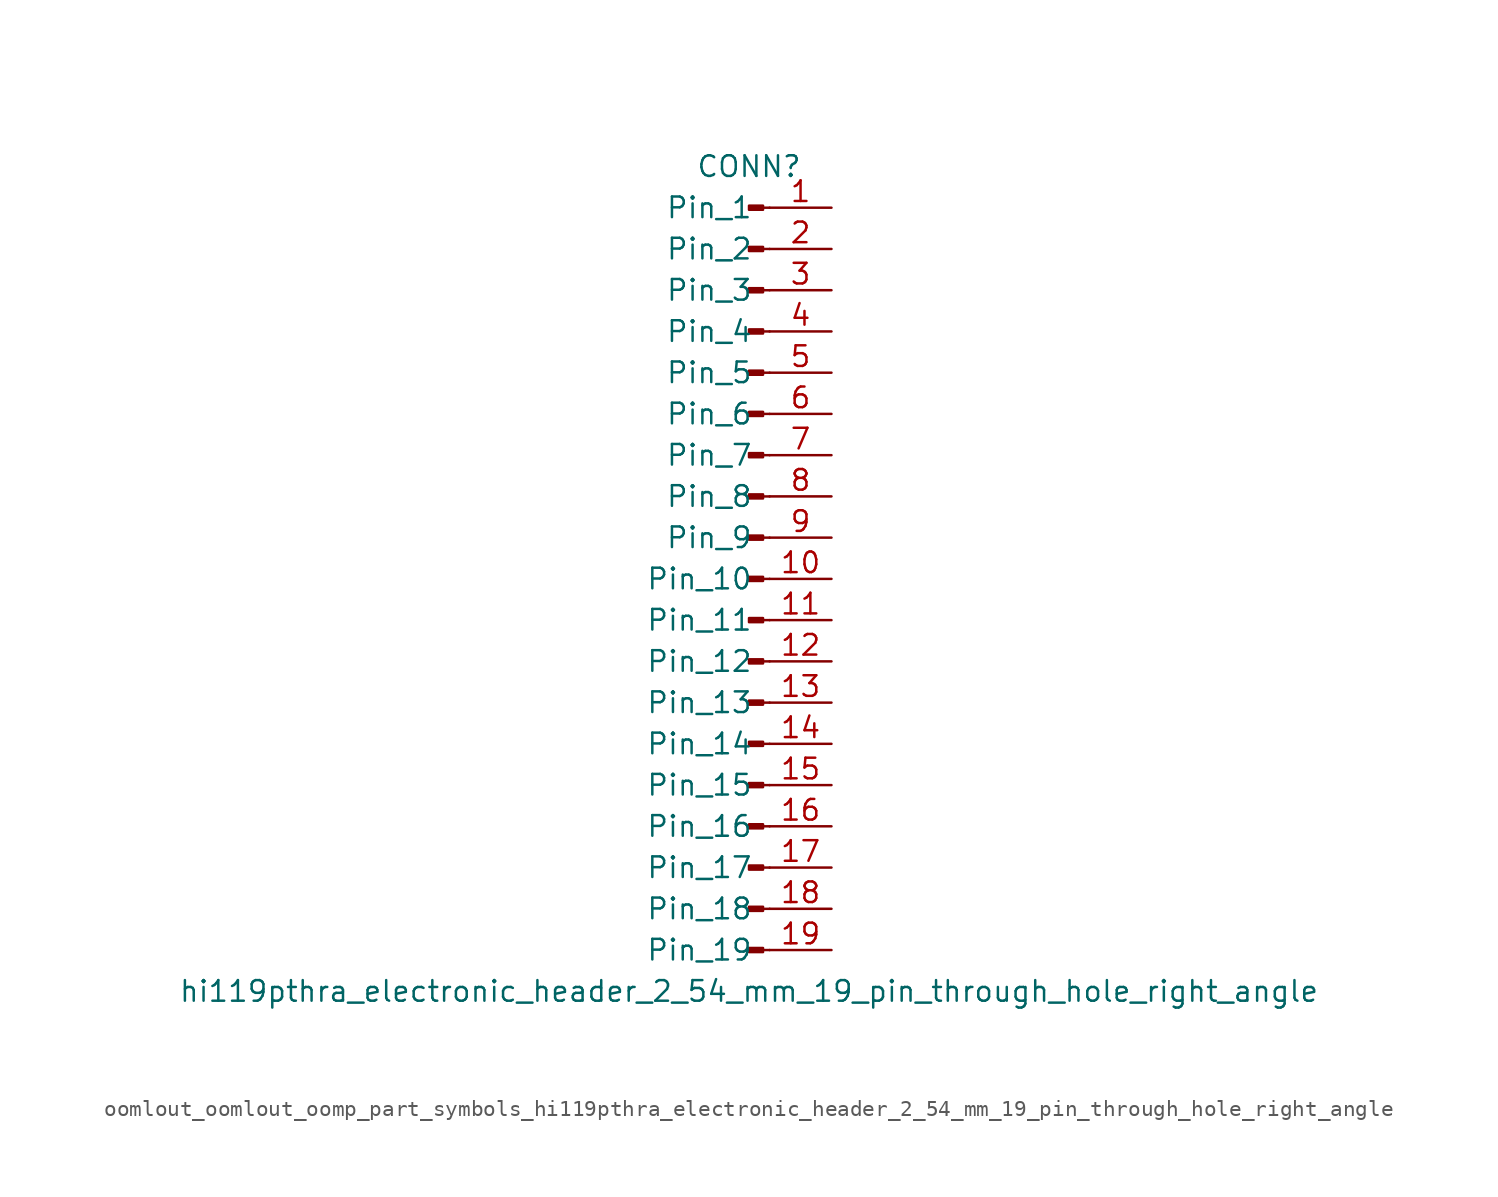
<source format=kicad_sym>
(kicad_symbol_lib
  (version 20220914)
  (generator kicad_symbol_editor)
  (symbol "oomlout_oomlout_oomp_part_symbols_hi119pthra_electronic_header_2_54_mm_19_pin_through_hole_right_angle"
    (pin_names
      (offset 1.016))
    (property "Reference" "CONN"
      (at 0 25.4 0)
      (effects (font (size 1.27 1.27))))
    (property "Value" "hi119pthra_electronic_header_2_54_mm_19_pin_through_hole_right_angle"
      (at 0 -25.4 0)
      (effects (font (size 1.27 1.27))))
    (property "ki_locked" ""
      (at 0 0 0)
      (effects (font (size 1.27 1.27))))
    (symbol "oomlout_oomlout_oomp_part_symbols_hi119pthra_electronic_header_2_54_mm_19_pin_through_hole_right_angle_1_1"
      (polyline (pts (xy 1.27 -22.86) (xy 0.864 -22.86)) (stroke (width 0.152) (type default)) (fill (type none)))
      (polyline (pts (xy 1.27 -20.32) (xy 0.864 -20.32)) (stroke (width 0.152) (type default)) (fill (type none)))
      (polyline (pts (xy 1.27 -17.78) (xy 0.864 -17.78)) (stroke (width 0.152) (type default)) (fill (type none)))
      (polyline (pts (xy 1.27 -15.24) (xy 0.864 -15.24)) (stroke (width 0.152) (type default)) (fill (type none)))
      (polyline (pts (xy 1.27 -12.7) (xy 0.864 -12.7)) (stroke (width 0.152) (type default)) (fill (type none)))
      (polyline (pts (xy 1.27 -10.16) (xy 0.864 -10.16)) (stroke (width 0.152) (type default)) (fill (type none)))
      (polyline (pts (xy 1.27 -7.62) (xy 0.864 -7.62)) (stroke (width 0.152) (type default)) (fill (type none)))
      (polyline (pts (xy 1.27 -5.08) (xy 0.864 -5.08)) (stroke (width 0.152) (type default)) (fill (type none)))
      (polyline (pts (xy 1.27 -2.54) (xy 0.864 -2.54)) (stroke (width 0.152) (type default)) (fill (type none)))
      (polyline (pts (xy 1.27 0) (xy 0.864 0)) (stroke (width 0.152) (type default)) (fill (type none)))
      (polyline (pts (xy 1.27 2.54) (xy 0.864 2.54)) (stroke (width 0.152) (type default)) (fill (type none)))
      (polyline (pts (xy 1.27 5.08) (xy 0.864 5.08)) (stroke (width 0.152) (type default)) (fill (type none)))
      (polyline (pts (xy 1.27 7.62) (xy 0.864 7.62)) (stroke (width 0.152) (type default)) (fill (type none)))
      (polyline (pts (xy 1.27 10.16) (xy 0.864 10.16)) (stroke (width 0.152) (type default)) (fill (type none)))
      (polyline (pts (xy 1.27 12.7) (xy 0.864 12.7)) (stroke (width 0.152) (type default)) (fill (type none)))
      (polyline (pts (xy 1.27 15.24) (xy 0.864 15.24)) (stroke (width 0.152) (type default)) (fill (type none)))
      (polyline (pts (xy 1.27 17.78) (xy 0.864 17.78)) (stroke (width 0.152) (type default)) (fill (type none)))
      (polyline (pts (xy 1.27 20.32) (xy 0.864 20.32)) (stroke (width 0.152) (type default)) (fill (type none)))
      (polyline (pts (xy 1.27 22.86) (xy 0.864 22.86)) (stroke (width 0.152) (type default)) (fill (type none)))
      (rectangle (start 0.864 -22.733) (end 0 -22.987) (stroke (width 0.152) (type default)) (fill (type outline)))
      (rectangle (start 0.864 -20.193) (end 0 -20.447) (stroke (width 0.152) (type default)) (fill (type outline)))
      (rectangle (start 0.864 -17.653) (end 0 -17.907) (stroke (width 0.152) (type default)) (fill (type outline)))
      (rectangle (start 0.864 -15.113) (end 0 -15.367) (stroke (width 0.152) (type default)) (fill (type outline)))
      (rectangle (start 0.864 -12.573) (end 0 -12.827) (stroke (width 0.152) (type default)) (fill (type outline)))
      (rectangle (start 0.864 -10.033) (end 0 -10.287) (stroke (width 0.152) (type default)) (fill (type outline)))
      (rectangle (start 0.864 -7.493) (end 0 -7.747) (stroke (width 0.152) (type default)) (fill (type outline)))
      (rectangle (start 0.864 -4.953) (end 0 -5.207) (stroke (width 0.152) (type default)) (fill (type outline)))
      (rectangle (start 0.864 -2.413) (end 0 -2.667) (stroke (width 0.152) (type default)) (fill (type outline)))
      (rectangle (start 0.864 0.127) (end 0 -0.127) (stroke (width 0.152) (type default)) (fill (type outline)))
      (rectangle (start 0.864 2.667) (end 0 2.413) (stroke (width 0.152) (type default)) (fill (type outline)))
      (rectangle (start 0.864 5.207) (end 0 4.953) (stroke (width 0.152) (type default)) (fill (type outline)))
      (rectangle (start 0.864 7.747) (end 0 7.493) (stroke (width 0.152) (type default)) (fill (type outline)))
      (rectangle (start 0.864 10.287) (end 0 10.033) (stroke (width 0.152) (type default)) (fill (type outline)))
      (rectangle (start 0.864 12.827) (end 0 12.573) (stroke (width 0.152) (type default)) (fill (type outline)))
      (rectangle (start 0.864 15.367) (end 0 15.113) (stroke (width 0.152) (type default)) (fill (type outline)))
      (rectangle (start 0.864 17.907) (end 0 17.653) (stroke (width 0.152) (type default)) (fill (type outline)))
      (rectangle (start 0.864 20.447) (end 0 20.193) (stroke (width 0.152) (type default)) (fill (type outline)))
      (rectangle (start 0.864 22.987) (end 0 22.733) (stroke (width 0.152) (type default)) (fill (type outline)))
      (pin passive line (at 5.08 22.86 180) (length 3.81) (name "Pin_1" (effects (font (size 1.27 1.27)))) (number "1" (effects (font (size 1.27 1.27)))))
      (pin passive line (at 5.08 0 180) (length 3.81) (name "Pin_10" (effects (font (size 1.27 1.27)))) (number "10" (effects (font (size 1.27 1.27)))))
      (pin passive line (at 5.08 -2.54 180) (length 3.81) (name "Pin_11" (effects (font (size 1.27 1.27)))) (number "11" (effects (font (size 1.27 1.27)))))
      (pin passive line (at 5.08 -5.08 180) (length 3.81) (name "Pin_12" (effects (font (size 1.27 1.27)))) (number "12" (effects (font (size 1.27 1.27)))))
      (pin passive line (at 5.08 -7.62 180) (length 3.81) (name "Pin_13" (effects (font (size 1.27 1.27)))) (number "13" (effects (font (size 1.27 1.27)))))
      (pin passive line (at 5.08 -10.16 180) (length 3.81) (name "Pin_14" (effects (font (size 1.27 1.27)))) (number "14" (effects (font (size 1.27 1.27)))))
      (pin passive line (at 5.08 -12.7 180) (length 3.81) (name "Pin_15" (effects (font (size 1.27 1.27)))) (number "15" (effects (font (size 1.27 1.27)))))
      (pin passive line (at 5.08 -15.24 180) (length 3.81) (name "Pin_16" (effects (font (size 1.27 1.27)))) (number "16" (effects (font (size 1.27 1.27)))))
      (pin passive line (at 5.08 -17.78 180) (length 3.81) (name "Pin_17" (effects (font (size 1.27 1.27)))) (number "17" (effects (font (size 1.27 1.27)))))
      (pin passive line (at 5.08 -20.32 180) (length 3.81) (name "Pin_18" (effects (font (size 1.27 1.27)))) (number "18" (effects (font (size 1.27 1.27)))))
      (pin passive line (at 5.08 -22.86 180) (length 3.81) (name "Pin_19" (effects (font (size 1.27 1.27)))) (number "19" (effects (font (size 1.27 1.27)))))
      (pin passive line (at 5.08 20.32 180) (length 3.81) (name "Pin_2" (effects (font (size 1.27 1.27)))) (number "2" (effects (font (size 1.27 1.27)))))
      (pin passive line (at 5.08 17.78 180) (length 3.81) (name "Pin_3" (effects (font (size 1.27 1.27)))) (number "3" (effects (font (size 1.27 1.27)))))
      (pin passive line (at 5.08 15.24 180) (length 3.81) (name "Pin_4" (effects (font (size 1.27 1.27)))) (number "4" (effects (font (size 1.27 1.27)))))
      (pin passive line (at 5.08 12.7 180) (length 3.81) (name "Pin_5" (effects (font (size 1.27 1.27)))) (number "5" (effects (font (size 1.27 1.27)))))
      (pin passive line (at 5.08 10.16 180) (length 3.81) (name "Pin_6" (effects (font (size 1.27 1.27)))) (number "6" (effects (font (size 1.27 1.27)))))
      (pin passive line (at 5.08 7.62 180) (length 3.81) (name "Pin_7" (effects (font (size 1.27 1.27)))) (number "7" (effects (font (size 1.27 1.27)))))
      (pin passive line (at 5.08 5.08 180) (length 3.81) (name "Pin_8" (effects (font (size 1.27 1.27)))) (number "8" (effects (font (size 1.27 1.27)))))
      (pin passive line (at 5.08 2.54 180) (length 3.81) (name "Pin_9" (effects (font (size 1.27 1.27)))) (number "9" (effects (font (size 1.27 1.27))))))))
</source>
